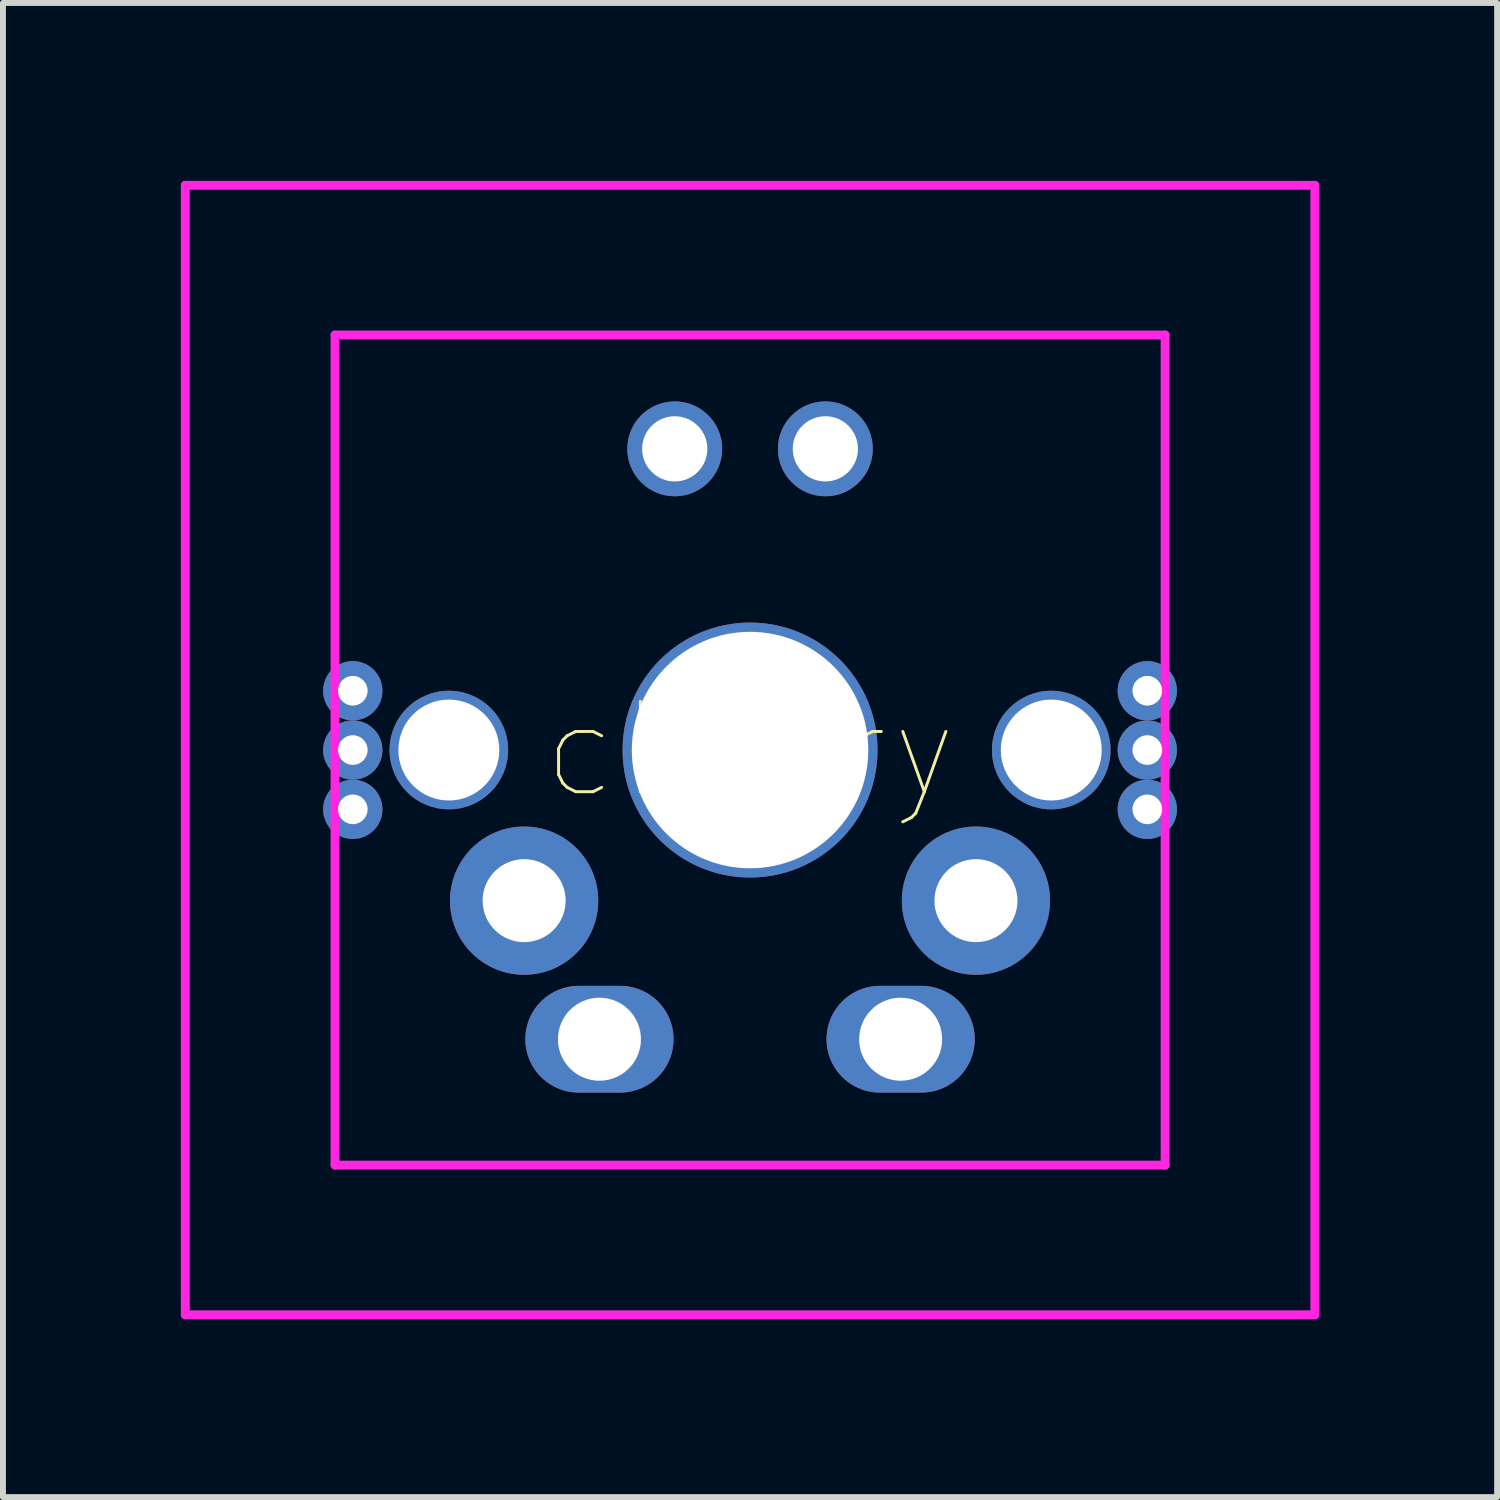
<source format=kicad_pcb>
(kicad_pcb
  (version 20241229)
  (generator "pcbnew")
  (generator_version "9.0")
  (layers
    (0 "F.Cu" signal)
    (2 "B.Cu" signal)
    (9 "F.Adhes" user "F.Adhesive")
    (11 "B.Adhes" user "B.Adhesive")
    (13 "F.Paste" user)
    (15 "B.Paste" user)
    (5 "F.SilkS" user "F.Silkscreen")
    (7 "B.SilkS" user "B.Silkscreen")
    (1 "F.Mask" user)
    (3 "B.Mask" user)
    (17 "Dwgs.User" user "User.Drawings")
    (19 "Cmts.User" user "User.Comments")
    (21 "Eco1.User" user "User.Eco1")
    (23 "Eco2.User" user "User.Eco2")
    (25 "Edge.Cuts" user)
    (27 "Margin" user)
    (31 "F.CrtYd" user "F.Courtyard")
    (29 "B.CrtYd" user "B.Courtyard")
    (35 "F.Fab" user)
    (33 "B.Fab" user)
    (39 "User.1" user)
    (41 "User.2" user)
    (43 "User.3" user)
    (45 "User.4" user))
  (footprint "cherry"
    (layer "F.Cu")
    (at 9.6 9.6)
    (property "Reference" "cherry" (at 0 0 0) (layer "F.SilkS") (effects (font (size 1.524 1.524) (thickness 0.05))))
    (attr smd)
    (fp_line (start -9.525 -9.525) (end 9.525 -9.525) (stroke (width 0.15) (type solid)) (layer "F.CrtYd"))
    (fp_line (start -9.525 9.525) (end -9.525 -9.525) (stroke (width 0.15) (type solid)) (layer "F.CrtYd"))
    (fp_line (start -7 -7) (end -7 7) (stroke (width 0.15) (type solid)) (layer "F.CrtYd"))
    (fp_line (start -7 7) (end 7 7) (stroke (width 0.15) (type solid)) (layer "F.CrtYd"))
    (fp_line (start 7 -7) (end -7 -7) (stroke (width 0.15) (type solid)) (layer "F.CrtYd"))
    (fp_line (start 7 7) (end 7 -7) (stroke (width 0.15) (type solid)) (layer "F.CrtYd"))
    (fp_line (start 9.525 -9.525) (end 9.525 9.525) (stroke (width 0.15) (type solid)) (layer "F.CrtYd"))
    (fp_line (start 9.525 9.525) (end -9.525 9.525) (stroke (width 0.15) (type solid)) (layer "F.CrtYd"))
    (pad "0" thru_hole circle (at -1.27 -5.08) (size 1.6 1.6) (drill 1.1) (layers "*.Cu" "*.Paste" "*.Mask"))
    (pad "0" thru_hole circle (at 0 0) (size 4.3 4.3) (drill 3.988) (layers "*.Cu" "*.Paste" "*.Mask"))
    (pad "0" thru_hole circle (at 1.27 -5.08) (size 1.6 1.6) (drill 1.1) (layers "*.Cu" "*.Paste" "*.Mask"))
    (pad "1" thru_hole circle (at -6.7 -1) (size 1 1) (drill 0.5) (layers "*.Cu" "*.Paste" "*.Mask"))
    (pad "1" thru_hole circle (at -6.7 0) (size 1 1) (drill 0.5) (layers "*.Cu" "*.Paste" "*.Mask"))
    (pad "1" thru_hole circle (at -6.7 1) (size 1 1) (drill 0.5) (layers "*.Cu" "*.Paste" "*.Mask"))
    (pad "1" thru_hole circle (at -5.08 0) (size 2 2) (drill 1.702) (layers "*.Cu" "*.Paste" "*.Mask"))
    (pad "1" thru_hole circle (at -3.81 2.54) (size 2.5 2.5) (drill 1.4) (layers "*.Cu" "*.Paste" "*.Mask"))
    (pad "1" thru_hole oval (at -2.54 4.877) (size 2.5 1.8) (drill 1.4) (layers "*.Cu" "*.Paste" "*.Mask"))
    (pad "2" thru_hole oval (at 2.54 4.877) (size 2.5 1.8) (drill 1.4) (layers "*.Cu" "*.Paste" "*.Mask"))
    (pad "2" thru_hole circle (at 3.81 2.54) (size 2.5 2.5) (drill 1.4) (layers "*.Cu" "*.Paste" "*.Mask"))
    (pad "2" thru_hole circle (at 5.08 0) (size 2 2) (drill 1.702) (layers "*.Cu" "*.Paste" "*.Mask"))
    (pad "2" thru_hole circle (at 6.7 -1 180) (size 1 1) (drill 0.5) (layers "*.Cu" "*.Paste" "*.Mask"))
    (pad "2" thru_hole circle (at 6.7 0 180) (size 1 1) (drill 0.5) (layers "*.Cu" "*.Paste" "*.Mask"))
    (pad "2" thru_hole circle (at 6.7 1 180) (size 1 1) (drill 0.5) (layers "*.Cu" "*.Paste" "*.Mask")))
  (gr_rect
    (start -3 -3)
    (end 22.2 22.2)
    (stroke (width 0.1) (type default))
    (fill no)
    (layer "Edge.Cuts")))
</source>
